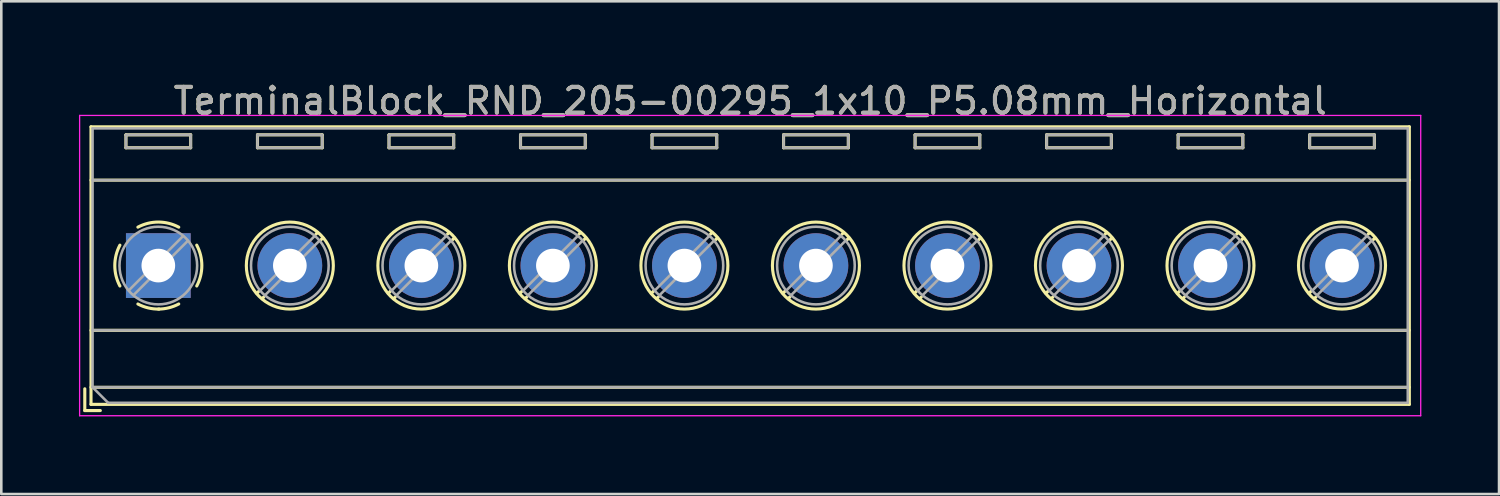
<source format=kicad_pcb>
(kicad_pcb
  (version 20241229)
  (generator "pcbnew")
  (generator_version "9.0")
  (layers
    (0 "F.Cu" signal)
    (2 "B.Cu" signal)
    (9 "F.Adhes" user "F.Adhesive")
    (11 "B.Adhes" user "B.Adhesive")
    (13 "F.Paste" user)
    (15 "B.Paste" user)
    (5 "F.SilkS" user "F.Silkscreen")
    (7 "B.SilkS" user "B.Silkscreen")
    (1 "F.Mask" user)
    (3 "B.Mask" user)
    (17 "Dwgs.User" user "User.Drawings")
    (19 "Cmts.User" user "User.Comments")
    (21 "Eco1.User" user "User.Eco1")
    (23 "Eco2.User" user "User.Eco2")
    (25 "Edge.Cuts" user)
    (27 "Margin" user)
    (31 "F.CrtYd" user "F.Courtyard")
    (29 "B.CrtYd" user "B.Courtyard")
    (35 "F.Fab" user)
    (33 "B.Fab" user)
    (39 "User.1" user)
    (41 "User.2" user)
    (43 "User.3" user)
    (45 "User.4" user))
  (footprint "TerminalBlock_RND_205-00295_1x10_P5.08mm_Horizontal"
    (layer "F.Cu")
    (at 3.065 7.208)
    (property "Reference" "TerminalBlock_RND_205-00295_1x10_P5.08mm_Horizontal" (at 22.86 -6.36 0) (layer "F.SilkS") (effects (font (size 1 1) (thickness 0.15))))
    (attr through_hole)
    (fp_line (start -2.84 4.76) (end -2.84 5.6) (stroke (width 0.12) (type solid)) (layer "F.SilkS"))
    (fp_line (start -2.84 5.6) (end -2.24 5.6) (stroke (width 0.12) (type solid)) (layer "F.SilkS"))
    (fp_line (start -2.6 -5.36) (end -2.6 5.36) (stroke (width 0.12) (type solid)) (layer "F.SilkS"))
    (fp_line (start -2.6 -5.36) (end 48.32 -5.36) (stroke (width 0.12) (type solid)) (layer "F.SilkS"))
    (fp_line (start -2.6 -3.3) (end 48.32 -3.3) (stroke (width 0.12) (type solid)) (layer "F.SilkS"))
    (fp_line (start -2.6 2.5) (end 48.32 2.5) (stroke (width 0.12) (type solid)) (layer "F.SilkS"))
    (fp_line (start -2.6 4.7) (end 48.32 4.7) (stroke (width 0.12) (type solid)) (layer "F.SilkS"))
    (fp_line (start -2.6 5.36) (end 48.32 5.36) (stroke (width 0.12) (type solid)) (layer "F.SilkS"))
    (fp_line (start -1.25 -5.05) (end -1.25 -4.55) (stroke (width 0.12) (type solid)) (layer "F.SilkS"))
    (fp_line (start -1.25 -5.05) (end 1.25 -5.05) (stroke (width 0.12) (type solid)) (layer "F.SilkS"))
    (fp_line (start -1.25 -4.55) (end 1.25 -4.55) (stroke (width 0.12) (type solid)) (layer "F.SilkS"))
    (fp_line (start 1.25 -5.05) (end 1.25 -4.55) (stroke (width 0.12) (type solid)) (layer "F.SilkS"))
    (fp_line (start 3.83 -5.05) (end 3.83 -4.55) (stroke (width 0.12) (type solid)) (layer "F.SilkS"))
    (fp_line (start 3.83 -5.05) (end 6.33 -5.05) (stroke (width 0.12) (type solid)) (layer "F.SilkS"))
    (fp_line (start 3.83 -4.55) (end 6.33 -4.55) (stroke (width 0.12) (type solid)) (layer "F.SilkS"))
    (fp_line (start 3.9 0.976) (end 3.806 1.069) (stroke (width 0.12) (type solid)) (layer "F.SilkS"))
    (fp_line (start 4.07 1.216) (end 4.011 1.274) (stroke (width 0.12) (type solid)) (layer "F.SilkS"))
    (fp_line (start 6.15 -1.275) (end 6.091 -1.216) (stroke (width 0.12) (type solid)) (layer "F.SilkS"))
    (fp_line (start 6.33 -5.05) (end 6.33 -4.55) (stroke (width 0.12) (type solid)) (layer "F.SilkS"))
    (fp_line (start 6.355 -1.069) (end 6.261 -0.976) (stroke (width 0.12) (type solid)) (layer "F.SilkS"))
    (fp_line (start 8.91 -5.05) (end 8.91 -4.55) (stroke (width 0.12) (type solid)) (layer "F.SilkS"))
    (fp_line (start 8.91 -5.05) (end 11.41 -5.05) (stroke (width 0.12) (type solid)) (layer "F.SilkS"))
    (fp_line (start 8.91 -4.55) (end 11.41 -4.55) (stroke (width 0.12) (type solid)) (layer "F.SilkS"))
    (fp_line (start 8.98 0.976) (end 8.886 1.069) (stroke (width 0.12) (type solid)) (layer "F.SilkS"))
    (fp_line (start 9.15 1.216) (end 9.091 1.274) (stroke (width 0.12) (type solid)) (layer "F.SilkS"))
    (fp_line (start 11.23 -1.275) (end 11.171 -1.216) (stroke (width 0.12) (type solid)) (layer "F.SilkS"))
    (fp_line (start 11.41 -5.05) (end 11.41 -4.55) (stroke (width 0.12) (type solid)) (layer "F.SilkS"))
    (fp_line (start 11.435 -1.069) (end 11.341 -0.976) (stroke (width 0.12) (type solid)) (layer "F.SilkS"))
    (fp_line (start 13.99 -5.05) (end 13.99 -4.55) (stroke (width 0.12) (type solid)) (layer "F.SilkS"))
    (fp_line (start 13.99 -5.05) (end 16.49 -5.05) (stroke (width 0.12) (type solid)) (layer "F.SilkS"))
    (fp_line (start 13.99 -4.55) (end 16.49 -4.55) (stroke (width 0.12) (type solid)) (layer "F.SilkS"))
    (fp_line (start 14.06 0.976) (end 13.966 1.069) (stroke (width 0.12) (type solid)) (layer "F.SilkS"))
    (fp_line (start 14.23 1.216) (end 14.171 1.274) (stroke (width 0.12) (type solid)) (layer "F.SilkS"))
    (fp_line (start 16.31 -1.275) (end 16.251 -1.216) (stroke (width 0.12) (type solid)) (layer "F.SilkS"))
    (fp_line (start 16.49 -5.05) (end 16.49 -4.55) (stroke (width 0.12) (type solid)) (layer "F.SilkS"))
    (fp_line (start 16.515 -1.069) (end 16.421 -0.976) (stroke (width 0.12) (type solid)) (layer "F.SilkS"))
    (fp_line (start 19.07 -5.05) (end 19.07 -4.55) (stroke (width 0.12) (type solid)) (layer "F.SilkS"))
    (fp_line (start 19.07 -5.05) (end 21.57 -5.05) (stroke (width 0.12) (type solid)) (layer "F.SilkS"))
    (fp_line (start 19.07 -4.55) (end 21.57 -4.55) (stroke (width 0.12) (type solid)) (layer "F.SilkS"))
    (fp_line (start 19.14 0.976) (end 19.046 1.069) (stroke (width 0.12) (type solid)) (layer "F.SilkS"))
    (fp_line (start 19.31 1.216) (end 19.251 1.274) (stroke (width 0.12) (type solid)) (layer "F.SilkS"))
    (fp_line (start 21.39 -1.275) (end 21.331 -1.216) (stroke (width 0.12) (type solid)) (layer "F.SilkS"))
    (fp_line (start 21.57 -5.05) (end 21.57 -4.55) (stroke (width 0.12) (type solid)) (layer "F.SilkS"))
    (fp_line (start 21.595 -1.069) (end 21.501 -0.976) (stroke (width 0.12) (type solid)) (layer "F.SilkS"))
    (fp_line (start 24.15 -5.05) (end 24.15 -4.55) (stroke (width 0.12) (type solid)) (layer "F.SilkS"))
    (fp_line (start 24.15 -5.05) (end 26.65 -5.05) (stroke (width 0.12) (type solid)) (layer "F.SilkS"))
    (fp_line (start 24.15 -4.55) (end 26.65 -4.55) (stroke (width 0.12) (type solid)) (layer "F.SilkS"))
    (fp_line (start 24.22 0.976) (end 24.126 1.069) (stroke (width 0.12) (type solid)) (layer "F.SilkS"))
    (fp_line (start 24.39 1.216) (end 24.331 1.274) (stroke (width 0.12) (type solid)) (layer "F.SilkS"))
    (fp_line (start 26.47 -1.275) (end 26.411 -1.216) (stroke (width 0.12) (type solid)) (layer "F.SilkS"))
    (fp_line (start 26.65 -5.05) (end 26.65 -4.55) (stroke (width 0.12) (type solid)) (layer "F.SilkS"))
    (fp_line (start 26.675 -1.069) (end 26.581 -0.976) (stroke (width 0.12) (type solid)) (layer "F.SilkS"))
    (fp_line (start 29.23 -5.05) (end 29.23 -4.55) (stroke (width 0.12) (type solid)) (layer "F.SilkS"))
    (fp_line (start 29.23 -5.05) (end 31.73 -5.05) (stroke (width 0.12) (type solid)) (layer "F.SilkS"))
    (fp_line (start 29.23 -4.55) (end 31.73 -4.55) (stroke (width 0.12) (type solid)) (layer "F.SilkS"))
    (fp_line (start 29.3 0.976) (end 29.206 1.069) (stroke (width 0.12) (type solid)) (layer "F.SilkS"))
    (fp_line (start 29.47 1.216) (end 29.411 1.274) (stroke (width 0.12) (type solid)) (layer "F.SilkS"))
    (fp_line (start 31.55 -1.275) (end 31.491 -1.216) (stroke (width 0.12) (type solid)) (layer "F.SilkS"))
    (fp_line (start 31.73 -5.05) (end 31.73 -4.55) (stroke (width 0.12) (type solid)) (layer "F.SilkS"))
    (fp_line (start 31.755 -1.069) (end 31.661 -0.976) (stroke (width 0.12) (type solid)) (layer "F.SilkS"))
    (fp_line (start 34.31 -5.05) (end 34.31 -4.55) (stroke (width 0.12) (type solid)) (layer "F.SilkS"))
    (fp_line (start 34.31 -5.05) (end 36.81 -5.05) (stroke (width 0.12) (type solid)) (layer "F.SilkS"))
    (fp_line (start 34.31 -4.55) (end 36.81 -4.55) (stroke (width 0.12) (type solid)) (layer "F.SilkS"))
    (fp_line (start 34.38 0.976) (end 34.286 1.069) (stroke (width 0.12) (type solid)) (layer "F.SilkS"))
    (fp_line (start 34.55 1.216) (end 34.491 1.274) (stroke (width 0.12) (type solid)) (layer "F.SilkS"))
    (fp_line (start 36.63 -1.275) (end 36.571 -1.216) (stroke (width 0.12) (type solid)) (layer "F.SilkS"))
    (fp_line (start 36.81 -5.05) (end 36.81 -4.55) (stroke (width 0.12) (type solid)) (layer "F.SilkS"))
    (fp_line (start 36.835 -1.069) (end 36.741 -0.976) (stroke (width 0.12) (type solid)) (layer "F.SilkS"))
    (fp_line (start 39.39 -5.05) (end 39.39 -4.55) (stroke (width 0.12) (type solid)) (layer "F.SilkS"))
    (fp_line (start 39.39 -5.05) (end 41.89 -5.05) (stroke (width 0.12) (type solid)) (layer "F.SilkS"))
    (fp_line (start 39.39 -4.55) (end 41.89 -4.55) (stroke (width 0.12) (type solid)) (layer "F.SilkS"))
    (fp_line (start 39.46 0.976) (end 39.366 1.069) (stroke (width 0.12) (type solid)) (layer "F.SilkS"))
    (fp_line (start 39.63 1.216) (end 39.571 1.274) (stroke (width 0.12) (type solid)) (layer "F.SilkS"))
    (fp_line (start 41.71 -1.275) (end 41.651 -1.216) (stroke (width 0.12) (type solid)) (layer "F.SilkS"))
    (fp_line (start 41.89 -5.05) (end 41.89 -4.55) (stroke (width 0.12) (type solid)) (layer "F.SilkS"))
    (fp_line (start 41.915 -1.069) (end 41.821 -0.976) (stroke (width 0.12) (type solid)) (layer "F.SilkS"))
    (fp_line (start 44.47 -5.05) (end 44.47 -4.55) (stroke (width 0.12) (type solid)) (layer "F.SilkS"))
    (fp_line (start 44.47 -5.05) (end 46.97 -5.05) (stroke (width 0.12) (type solid)) (layer "F.SilkS"))
    (fp_line (start 44.47 -4.55) (end 46.97 -4.55) (stroke (width 0.12) (type solid)) (layer "F.SilkS"))
    (fp_line (start 44.54 0.976) (end 44.446 1.069) (stroke (width 0.12) (type solid)) (layer "F.SilkS"))
    (fp_line (start 44.71 1.216) (end 44.651 1.274) (stroke (width 0.12) (type solid)) (layer "F.SilkS"))
    (fp_line (start 46.79 -1.275) (end 46.731 -1.216) (stroke (width 0.12) (type solid)) (layer "F.SilkS"))
    (fp_line (start 46.97 -5.05) (end 46.97 -4.55) (stroke (width 0.12) (type solid)) (layer "F.SilkS"))
    (fp_line (start 46.995 -1.069) (end 46.901 -0.976) (stroke (width 0.12) (type solid)) (layer "F.SilkS"))
    (fp_line (start 48.32 -5.36) (end 48.32 5.36) (stroke (width 0.12) (type solid)) (layer "F.SilkS"))
    (fp_arc (start -1.483953 0.789089) (mid -1.680708 0.00005) (end -1.484 -0.789) (stroke (width 0.12) (type solid)) (layer "F.SilkS"))
    (fp_arc (start -0.789089 -1.483953) (mid -0.00005 -1.680708) (end 0.789 -1.484) (stroke (width 0.12) (type solid)) (layer "F.SilkS"))
    (fp_arc (start 0.029383 1.68045) (mid -0.392304 1.634281) (end -0.789 1.484) (stroke (width 0.12) (type solid)) (layer "F.SilkS"))
    (fp_arc (start 0.788712 1.483352) (mid 0.406429 1.630097) (end 0 1.68) (stroke (width 0.12) (type solid)) (layer "F.SilkS"))
    (fp_arc (start 1.483953 -0.789089) (mid 1.680708 -0.00005) (end 1.484 0.789) (stroke (width 0.12) (type solid)) (layer "F.SilkS"))
    (fp_circle (center 5.08 0) (end 6.76 0) (stroke (width 0.12) (type solid)) (fill no) (layer "F.SilkS"))
    (fp_circle (center 10.16 0) (end 11.84 0) (stroke (width 0.12) (type solid)) (fill no) (layer "F.SilkS"))
    (fp_circle (center 15.24 0) (end 16.92 0) (stroke (width 0.12) (type solid)) (fill no) (layer "F.SilkS"))
    (fp_circle (center 20.32 0) (end 22 0) (stroke (width 0.12) (type solid)) (fill no) (layer "F.SilkS"))
    (fp_circle (center 25.4 0) (end 27.08 0) (stroke (width 0.12) (type solid)) (fill no) (layer "F.SilkS"))
    (fp_circle (center 30.48 0) (end 32.16 0) (stroke (width 0.12) (type solid)) (fill no) (layer "F.SilkS"))
    (fp_circle (center 35.56 0) (end 37.24 0) (stroke (width 0.12) (type solid)) (fill no) (layer "F.SilkS"))
    (fp_circle (center 40.64 0) (end 42.32 0) (stroke (width 0.12) (type solid)) (fill no) (layer "F.SilkS"))
    (fp_circle (center 45.72 0) (end 47.4 0) (stroke (width 0.12) (type solid)) (fill no) (layer "F.SilkS"))
    (fp_line (start -3.04 -5.8) (end -3.04 5.8) (stroke (width 0.05) (type solid)) (layer "F.CrtYd"))
    (fp_line (start -3.04 5.8) (end 48.76 5.8) (stroke (width 0.05) (type solid)) (layer "F.CrtYd"))
    (fp_line (start 48.76 -5.8) (end -3.04 -5.8) (stroke (width 0.05) (type solid)) (layer "F.CrtYd"))
    (fp_line (start 48.76 5.8) (end 48.76 -5.8) (stroke (width 0.05) (type solid)) (layer "F.CrtYd"))
    (fp_line (start -2.54 -5.3) (end 48.26 -5.3) (stroke (width 0.1) (type solid)) (layer "F.Fab"))
    (fp_line (start -2.54 -3.3) (end 48.26 -3.3) (stroke (width 0.1) (type solid)) (layer "F.Fab"))
    (fp_line (start -2.54 2.5) (end 48.26 2.5) (stroke (width 0.1) (type solid)) (layer "F.Fab"))
    (fp_line (start -2.54 4.7) (end -2.54 -5.3) (stroke (width 0.1) (type solid)) (layer "F.Fab"))
    (fp_line (start -2.54 4.7) (end 48.26 4.7) (stroke (width 0.1) (type solid)) (layer "F.Fab"))
    (fp_line (start -1.94 5.3) (end -2.54 4.7) (stroke (width 0.1) (type solid)) (layer "F.Fab"))
    (fp_line (start -1.25 -5.05) (end -1.25 -4.55) (stroke (width 0.1) (type solid)) (layer "F.Fab"))
    (fp_line (start -1.25 -4.55) (end 1.25 -4.55) (stroke (width 0.1) (type solid)) (layer "F.Fab"))
    (fp_line (start 0.955 -1.138) (end -1.138 0.955) (stroke (width 0.1) (type solid)) (layer "F.Fab"))
    (fp_line (start 1.138 -0.955) (end -0.955 1.138) (stroke (width 0.1) (type solid)) (layer "F.Fab"))
    (fp_line (start 1.25 -5.05) (end -1.25 -5.05) (stroke (width 0.1) (type solid)) (layer "F.Fab"))
    (fp_line (start 1.25 -4.55) (end 1.25 -5.05) (stroke (width 0.1) (type solid)) (layer "F.Fab"))
    (fp_line (start 3.83 -5.05) (end 3.83 -4.55) (stroke (width 0.1) (type solid)) (layer "F.Fab"))
    (fp_line (start 3.83 -4.55) (end 6.33 -4.55) (stroke (width 0.1) (type solid)) (layer "F.Fab"))
    (fp_line (start 6.035 -1.138) (end 3.943 0.955) (stroke (width 0.1) (type solid)) (layer "F.Fab"))
    (fp_line (start 6.218 -0.955) (end 4.126 1.138) (stroke (width 0.1) (type solid)) (layer "F.Fab"))
    (fp_line (start 6.33 -5.05) (end 3.83 -5.05) (stroke (width 0.1) (type solid)) (layer "F.Fab"))
    (fp_line (start 6.33 -4.55) (end 6.33 -5.05) (stroke (width 0.1) (type solid)) (layer "F.Fab"))
    (fp_line (start 8.91 -5.05) (end 8.91 -4.55) (stroke (width 0.1) (type solid)) (layer "F.Fab"))
    (fp_line (start 8.91 -4.55) (end 11.41 -4.55) (stroke (width 0.1) (type solid)) (layer "F.Fab"))
    (fp_line (start 11.115 -1.138) (end 9.023 0.955) (stroke (width 0.1) (type solid)) (layer "F.Fab"))
    (fp_line (start 11.298 -0.955) (end 9.206 1.138) (stroke (width 0.1) (type solid)) (layer "F.Fab"))
    (fp_line (start 11.41 -5.05) (end 8.91 -5.05) (stroke (width 0.1) (type solid)) (layer "F.Fab"))
    (fp_line (start 11.41 -4.55) (end 11.41 -5.05) (stroke (width 0.1) (type solid)) (layer "F.Fab"))
    (fp_line (start 13.99 -5.05) (end 13.99 -4.55) (stroke (width 0.1) (type solid)) (layer "F.Fab"))
    (fp_line (start 13.99 -4.55) (end 16.49 -4.55) (stroke (width 0.1) (type solid)) (layer "F.Fab"))
    (fp_line (start 16.195 -1.138) (end 14.103 0.955) (stroke (width 0.1) (type solid)) (layer "F.Fab"))
    (fp_line (start 16.378 -0.955) (end 14.286 1.138) (stroke (width 0.1) (type solid)) (layer "F.Fab"))
    (fp_line (start 16.49 -5.05) (end 13.99 -5.05) (stroke (width 0.1) (type solid)) (layer "F.Fab"))
    (fp_line (start 16.49 -4.55) (end 16.49 -5.05) (stroke (width 0.1) (type solid)) (layer "F.Fab"))
    (fp_line (start 19.07 -5.05) (end 19.07 -4.55) (stroke (width 0.1) (type solid)) (layer "F.Fab"))
    (fp_line (start 19.07 -4.55) (end 21.57 -4.55) (stroke (width 0.1) (type solid)) (layer "F.Fab"))
    (fp_line (start 21.275 -1.138) (end 19.183 0.955) (stroke (width 0.1) (type solid)) (layer "F.Fab"))
    (fp_line (start 21.458 -0.955) (end 19.366 1.138) (stroke (width 0.1) (type solid)) (layer "F.Fab"))
    (fp_line (start 21.57 -5.05) (end 19.07 -5.05) (stroke (width 0.1) (type solid)) (layer "F.Fab"))
    (fp_line (start 21.57 -4.55) (end 21.57 -5.05) (stroke (width 0.1) (type solid)) (layer "F.Fab"))
    (fp_line (start 24.15 -5.05) (end 24.15 -4.55) (stroke (width 0.1) (type solid)) (layer "F.Fab"))
    (fp_line (start 24.15 -4.55) (end 26.65 -4.55) (stroke (width 0.1) (type solid)) (layer "F.Fab"))
    (fp_line (start 26.355 -1.138) (end 24.263 0.955) (stroke (width 0.1) (type solid)) (layer "F.Fab"))
    (fp_line (start 26.538 -0.955) (end 24.446 1.138) (stroke (width 0.1) (type solid)) (layer "F.Fab"))
    (fp_line (start 26.65 -5.05) (end 24.15 -5.05) (stroke (width 0.1) (type solid)) (layer "F.Fab"))
    (fp_line (start 26.65 -4.55) (end 26.65 -5.05) (stroke (width 0.1) (type solid)) (layer "F.Fab"))
    (fp_line (start 29.23 -5.05) (end 29.23 -4.55) (stroke (width 0.1) (type solid)) (layer "F.Fab"))
    (fp_line (start 29.23 -4.55) (end 31.73 -4.55) (stroke (width 0.1) (type solid)) (layer "F.Fab"))
    (fp_line (start 31.435 -1.138) (end 29.343 0.955) (stroke (width 0.1) (type solid)) (layer "F.Fab"))
    (fp_line (start 31.618 -0.955) (end 29.526 1.138) (stroke (width 0.1) (type solid)) (layer "F.Fab"))
    (fp_line (start 31.73 -5.05) (end 29.23 -5.05) (stroke (width 0.1) (type solid)) (layer "F.Fab"))
    (fp_line (start 31.73 -4.55) (end 31.73 -5.05) (stroke (width 0.1) (type solid)) (layer "F.Fab"))
    (fp_line (start 34.31 -5.05) (end 34.31 -4.55) (stroke (width 0.1) (type solid)) (layer "F.Fab"))
    (fp_line (start 34.31 -4.55) (end 36.81 -4.55) (stroke (width 0.1) (type solid)) (layer "F.Fab"))
    (fp_line (start 36.515 -1.138) (end 34.423 0.955) (stroke (width 0.1) (type solid)) (layer "F.Fab"))
    (fp_line (start 36.698 -0.955) (end 34.606 1.138) (stroke (width 0.1) (type solid)) (layer "F.Fab"))
    (fp_line (start 36.81 -5.05) (end 34.31 -5.05) (stroke (width 0.1) (type solid)) (layer "F.Fab"))
    (fp_line (start 36.81 -4.55) (end 36.81 -5.05) (stroke (width 0.1) (type solid)) (layer "F.Fab"))
    (fp_line (start 39.39 -5.05) (end 39.39 -4.55) (stroke (width 0.1) (type solid)) (layer "F.Fab"))
    (fp_line (start 39.39 -4.55) (end 41.89 -4.55) (stroke (width 0.1) (type solid)) (layer "F.Fab"))
    (fp_line (start 41.595 -1.138) (end 39.503 0.955) (stroke (width 0.1) (type solid)) (layer "F.Fab"))
    (fp_line (start 41.778 -0.955) (end 39.686 1.138) (stroke (width 0.1) (type solid)) (layer "F.Fab"))
    (fp_line (start 41.89 -5.05) (end 39.39 -5.05) (stroke (width 0.1) (type solid)) (layer "F.Fab"))
    (fp_line (start 41.89 -4.55) (end 41.89 -5.05) (stroke (width 0.1) (type solid)) (layer "F.Fab"))
    (fp_line (start 44.47 -5.05) (end 44.47 -4.55) (stroke (width 0.1) (type solid)) (layer "F.Fab"))
    (fp_line (start 44.47 -4.55) (end 46.97 -4.55) (stroke (width 0.1) (type solid)) (layer "F.Fab"))
    (fp_line (start 46.675 -1.138) (end 44.583 0.955) (stroke (width 0.1) (type solid)) (layer "F.Fab"))
    (fp_line (start 46.858 -0.955) (end 44.766 1.138) (stroke (width 0.1) (type solid)) (layer "F.Fab"))
    (fp_line (start 46.97 -5.05) (end 44.47 -5.05) (stroke (width 0.1) (type solid)) (layer "F.Fab"))
    (fp_line (start 46.97 -4.55) (end 46.97 -5.05) (stroke (width 0.1) (type solid)) (layer "F.Fab"))
    (fp_line (start 48.26 -5.3) (end 48.26 5.3) (stroke (width 0.1) (type solid)) (layer "F.Fab"))
    (fp_line (start 48.26 5.3) (end -1.94 5.3) (stroke (width 0.1) (type solid)) (layer "F.Fab"))
    (fp_circle (center 0 0) (end 1.5 0) (stroke (width 0.1) (type solid)) (fill no) (layer "F.Fab"))
    (fp_circle (center 5.08 0) (end 6.58 0) (stroke (width 0.1) (type solid)) (fill no) (layer "F.Fab"))
    (fp_circle (center 10.16 0) (end 11.66 0) (stroke (width 0.1) (type solid)) (fill no) (layer "F.Fab"))
    (fp_circle (center 15.24 0) (end 16.74 0) (stroke (width 0.1) (type solid)) (fill no) (layer "F.Fab"))
    (fp_circle (center 20.32 0) (end 21.82 0) (stroke (width 0.1) (type solid)) (fill no) (layer "F.Fab"))
    (fp_circle (center 25.4 0) (end 26.9 0) (stroke (width 0.1) (type solid)) (fill no) (layer "F.Fab"))
    (fp_circle (center 30.48 0) (end 31.98 0) (stroke (width 0.1) (type solid)) (fill no) (layer "F.Fab"))
    (fp_circle (center 35.56 0) (end 37.06 0) (stroke (width 0.1) (type solid)) (fill no) (layer "F.Fab"))
    (fp_circle (center 40.64 0) (end 42.14 0) (stroke (width 0.1) (type solid)) (fill no) (layer "F.Fab"))
    (fp_circle (center 45.72 0) (end 47.22 0) (stroke (width 0.1) (type solid)) (fill no) (layer "F.Fab"))
    (fp_text user "${REFERENCE}" (at 22.86 -6.36 0) (layer "F.Fab") (effects (font (size 1 1) (thickness 0.15))))
    (pad "1" thru_hole rect (at 0 0) (size 2.5 2.5) (drill 1.3) (layers "*.Cu" "*.Mask"))
    (pad "2" thru_hole circle (at 5.08 0) (size 2.5 2.5) (drill 1.3) (layers "*.Cu" "*.Mask"))
    (pad "3" thru_hole circle (at 10.16 0) (size 2.5 2.5) (drill 1.3) (layers "*.Cu" "*.Mask"))
    (pad "4" thru_hole circle (at 15.24 0) (size 2.5 2.5) (drill 1.3) (layers "*.Cu" "*.Mask"))
    (pad "5" thru_hole circle (at 20.32 0) (size 2.5 2.5) (drill 1.3) (layers "*.Cu" "*.Mask"))
    (pad "6" thru_hole circle (at 25.4 0) (size 2.5 2.5) (drill 1.3) (layers "*.Cu" "*.Mask"))
    (pad "7" thru_hole circle (at 30.48 0) (size 2.5 2.5) (drill 1.3) (layers "*.Cu" "*.Mask"))
    (pad "8" thru_hole circle (at 35.56 0) (size 2.5 2.5) (drill 1.3) (layers "*.Cu" "*.Mask"))
    (pad "9" thru_hole circle (at 40.64 0) (size 2.5 2.5) (drill 1.3) (layers "*.Cu" "*.Mask"))
    (pad "10" thru_hole circle (at 45.72 0) (size 2.5 2.5) (drill 1.3) (layers "*.Cu" "*.Mask")))
  (gr_rect
    (start -3 -3)
    (end 54.85 16.033)
    (stroke (width 0.1) (type default))
    (fill no)
    (layer "Edge.Cuts")))
</source>
